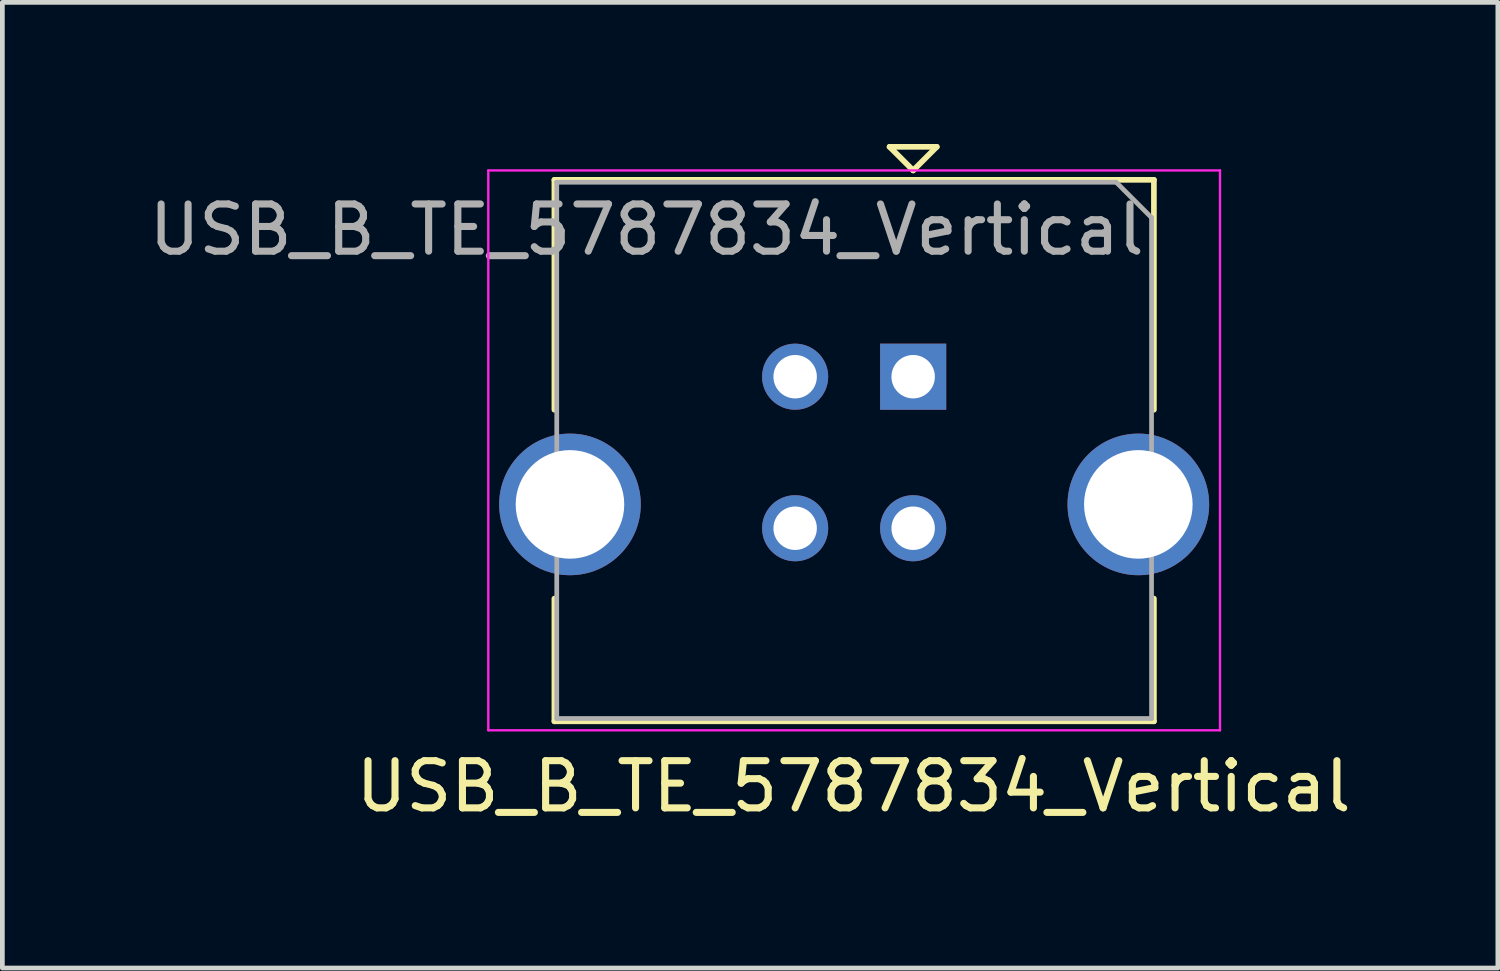
<source format=kicad_pcb>
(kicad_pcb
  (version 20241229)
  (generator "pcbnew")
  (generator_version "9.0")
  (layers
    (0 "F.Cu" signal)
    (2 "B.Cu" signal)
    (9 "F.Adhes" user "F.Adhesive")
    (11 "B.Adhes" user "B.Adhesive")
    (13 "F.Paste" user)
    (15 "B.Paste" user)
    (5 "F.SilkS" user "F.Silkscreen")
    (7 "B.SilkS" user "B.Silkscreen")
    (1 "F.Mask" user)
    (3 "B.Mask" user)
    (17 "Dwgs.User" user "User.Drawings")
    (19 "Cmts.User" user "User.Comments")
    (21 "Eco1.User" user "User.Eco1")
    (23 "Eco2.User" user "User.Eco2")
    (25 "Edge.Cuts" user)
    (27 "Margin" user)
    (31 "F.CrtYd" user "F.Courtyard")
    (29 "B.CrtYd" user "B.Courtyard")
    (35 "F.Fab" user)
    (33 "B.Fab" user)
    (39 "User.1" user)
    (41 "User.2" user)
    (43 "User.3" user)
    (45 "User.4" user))
  (footprint "USB_B_TE_5787834_Vertical"
    (layer "F.Cu")
    (at 16.294 4.93)
    (property "Reference" "USB_B_TE_5787834_Vertical" (at -1.262 8.679 0) (layer "F.SilkS") (effects (font (size 1 1) (thickness 0.15))))
    (attr through_hole)
    (fp_line (start -7.6 -4.17) (end 5.1 -4.17) (stroke (width 0.12) (type solid)) (layer "F.SilkS"))
    (fp_line (start -7.6 0.7) (end -7.6 -4.17) (stroke (width 0.12) (type solid)) (layer "F.SilkS"))
    (fp_line (start -7.6 7.3) (end -7.6 4.7) (stroke (width 0.12) (type solid)) (layer "F.SilkS"))
    (fp_line (start -0.5 -4.87) (end 0 -4.37) (stroke (width 0.12) (type solid)) (layer "F.SilkS"))
    (fp_line (start 0 -4.37) (end 0.5 -4.87) (stroke (width 0.12) (type solid)) (layer "F.SilkS"))
    (fp_line (start 0.5 -4.87) (end -0.5 -4.87) (stroke (width 0.12) (type solid)) (layer "F.SilkS"))
    (fp_line (start 5.1 -4.17) (end 5.1 0.7) (stroke (width 0.12) (type solid)) (layer "F.SilkS"))
    (fp_line (start 5.1 4.7) (end 5.1 7.3) (stroke (width 0.12) (type solid)) (layer "F.SilkS"))
    (fp_line (start 5.1 7.3) (end -7.6 7.3) (stroke (width 0.12) (type solid)) (layer "F.SilkS"))
    (fp_line (start -9 -4.37) (end -9 7.49) (stroke (width 0.05) (type solid)) (layer "F.CrtYd"))
    (fp_line (start -9 -4.37) (end 6.5 -4.37) (stroke (width 0.05) (type solid)) (layer "F.CrtYd"))
    (fp_line (start 6.5 7.49) (end -9 7.49) (stroke (width 0.05) (type solid)) (layer "F.CrtYd"))
    (fp_line (start 6.5 7.49) (end 6.5 -4.37) (stroke (width 0.05) (type solid)) (layer "F.CrtYd"))
    (fp_line (start -7.55 -4.12) (end 4.3 -4.12) (stroke (width 0.1) (type solid)) (layer "F.Fab"))
    (fp_line (start -7.55 7.24) (end -7.55 -4.12) (stroke (width 0.1) (type solid)) (layer "F.Fab"))
    (fp_line (start 4.3 -4.12) (end 5.05 -3.37) (stroke (width 0.1) (type solid)) (layer "F.Fab"))
    (fp_line (start 5.05 -3.37) (end 5.05 7.24) (stroke (width 0.1) (type solid)) (layer "F.Fab"))
    (fp_line (start 5.05 7.24) (end -7.55 7.24) (stroke (width 0.1) (type solid)) (layer "F.Fab"))
    (fp_text user "${REFERENCE}" (at -5.645 -3.114 0) (layer "F.Fab") (effects (font (size 1 1) (thickness 0.15))))
    (pad "1" thru_hole rect (at 0 0) (size 1.4 1.4) (drill 0.92) (layers "*.Cu" "*.Mask"))
    (pad "2" thru_hole circle (at -2.5 0) (size 1.4 1.4) (drill 0.92) (layers "*.Cu" "*.Mask"))
    (pad "3" thru_hole circle (at -2.5 3.21) (size 1.4 1.4) (drill 0.92) (layers "*.Cu" "*.Mask"))
    (pad "4" thru_hole circle (at 0 3.21) (size 1.4 1.4) (drill 0.92) (layers "*.Cu" "*.Mask"))
    (pad "5" thru_hole circle (at -7.27 2.705) (size 3 3) (drill 2.3) (layers "*.Cu" "*.Mask"))
    (pad "5" thru_hole circle (at 4.77 2.705) (size 3 3) (drill 2.3) (layers "*.Cu" "*.Mask")))
  (gr_rect
    (start -3 -3)
    (end 28.68 17.457)
    (stroke (width 0.1) (type default))
    (fill no)
    (layer "Edge.Cuts")))
</source>
